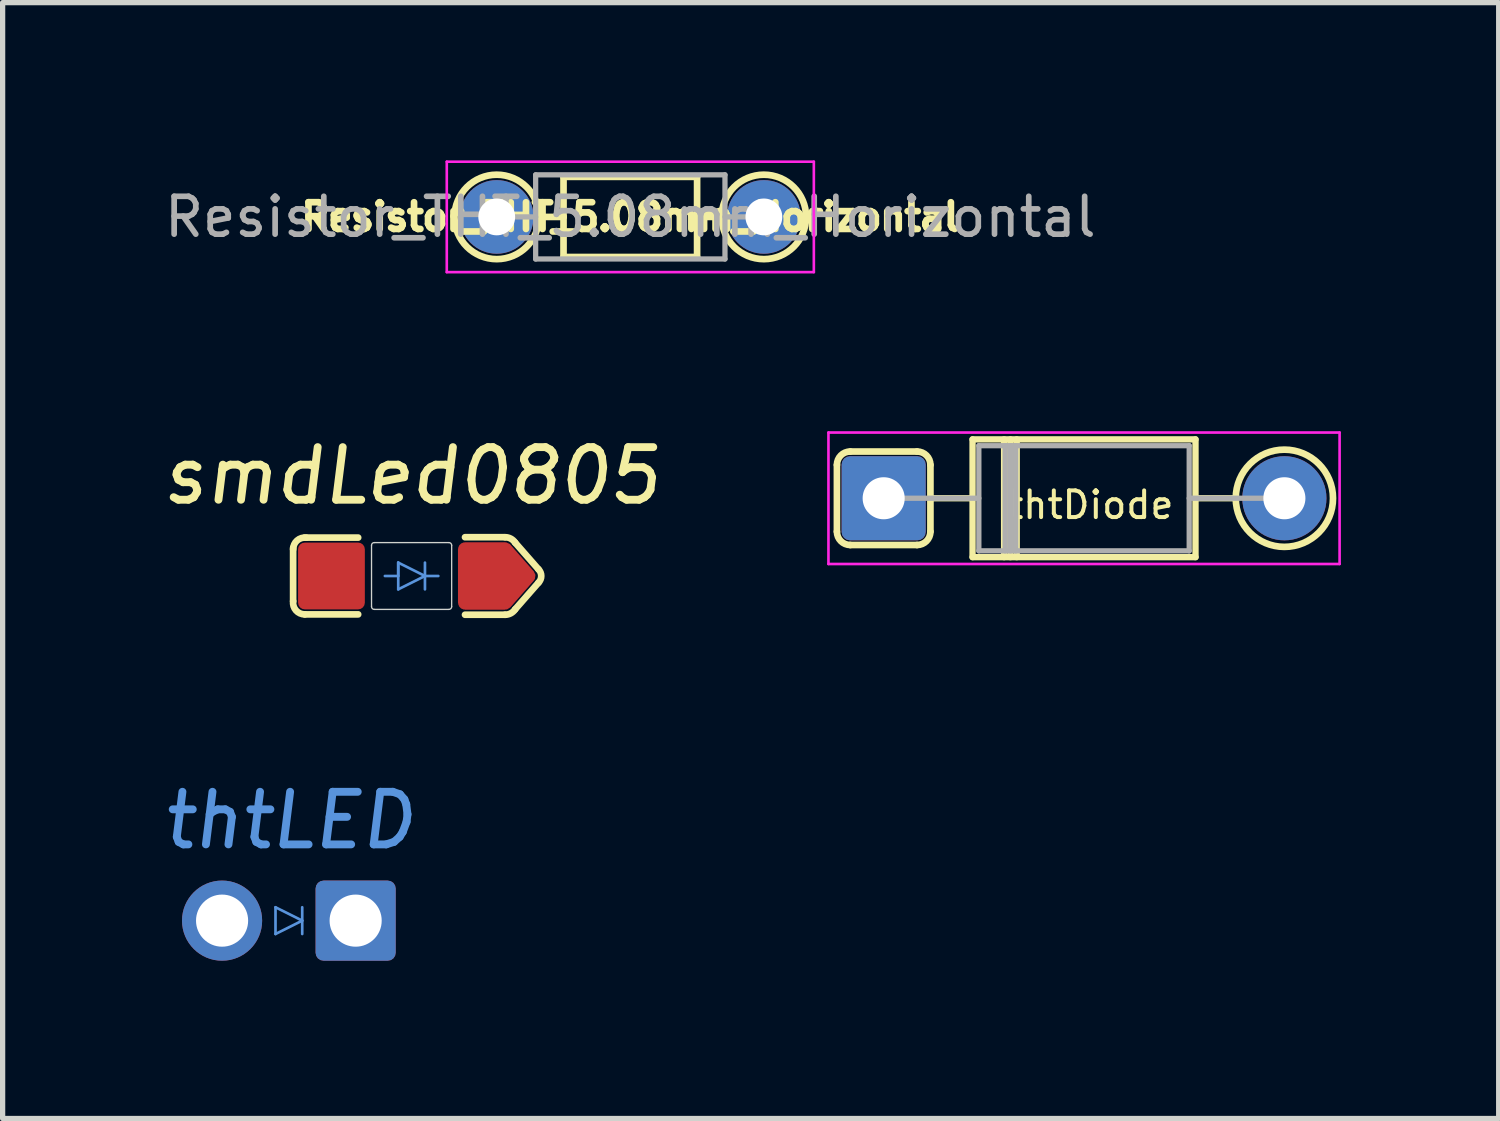
<source format=kicad_pcb>
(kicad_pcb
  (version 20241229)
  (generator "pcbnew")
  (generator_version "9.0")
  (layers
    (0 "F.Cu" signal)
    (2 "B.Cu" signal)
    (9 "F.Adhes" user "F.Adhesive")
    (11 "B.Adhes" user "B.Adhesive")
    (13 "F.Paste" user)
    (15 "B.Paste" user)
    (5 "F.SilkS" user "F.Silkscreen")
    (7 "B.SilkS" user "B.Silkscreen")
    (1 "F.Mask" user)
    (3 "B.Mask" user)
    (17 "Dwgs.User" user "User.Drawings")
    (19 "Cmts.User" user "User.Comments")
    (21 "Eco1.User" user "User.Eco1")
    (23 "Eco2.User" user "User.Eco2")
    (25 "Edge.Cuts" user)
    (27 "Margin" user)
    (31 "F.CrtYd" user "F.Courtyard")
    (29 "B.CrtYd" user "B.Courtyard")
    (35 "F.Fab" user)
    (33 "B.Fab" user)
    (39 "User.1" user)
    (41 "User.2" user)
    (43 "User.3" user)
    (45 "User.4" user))
  (footprint "thtDiode"
    (layer "F.Cu")
    (at 17.564 6.425)
    (property "Reference" "thtDiode" (at 0.127 0.127 0) (layer "F.SilkS") (effects (font (size 0.508 0.508) (thickness 0.076))))
    (attr through_hole)
    (fp_line (start -4.699 0.635) (end -4.699 -0.635) (stroke (width 0.127) (type solid)) (layer "F.SilkS"))
    (fp_line (start -4.445 -0.889) (end -3.175 -0.889) (stroke (width 0.127) (type solid)) (layer "F.SilkS"))
    (fp_line (start -3.175 0.889) (end -4.445 0.889) (stroke (width 0.127) (type solid)) (layer "F.SilkS"))
    (fp_line (start -2.921 -0.635) (end -2.921 0.635) (stroke (width 0.127) (type solid)) (layer "F.SilkS"))
    (fp_line (start -2.921 0) (end -2.12 0) (stroke (width 0.12) (type solid)) (layer "F.SilkS"))
    (fp_line (start -2.12 -1.12) (end -2.12 1.12) (stroke (width 0.12) (type solid)) (layer "F.SilkS"))
    (fp_line (start -2.12 1.12) (end 2.12 1.12) (stroke (width 0.12) (type solid)) (layer "F.SilkS"))
    (fp_line (start -1.52 -1.12) (end -1.52 1.12) (stroke (width 0.12) (type solid)) (layer "F.SilkS"))
    (fp_line (start -1.4 -1.12) (end -1.4 1.12) (stroke (width 0.12) (type solid)) (layer "F.SilkS"))
    (fp_line (start -1.28 -1.12) (end -1.28 1.12) (stroke (width 0.12) (type solid)) (layer "F.SilkS"))
    (fp_line (start 2.12 -1.12) (end -2.12 -1.12) (stroke (width 0.12) (type solid)) (layer "F.SilkS"))
    (fp_line (start 2.12 1.12) (end 2.12 -1.12) (stroke (width 0.12) (type solid)) (layer "F.SilkS"))
    (fp_line (start 2.87 0) (end 2.159 0) (stroke (width 0.12) (type solid)) (layer "F.SilkS"))
    (fp_arc (start -4.699 -0.635) (mid -4.624605 -0.814605) (end -4.445 -0.889) (stroke (width 0.127) (type solid)) (layer "F.SilkS"))
    (fp_arc (start -4.445 0.889) (mid -4.624605 0.814605) (end -4.699 0.635) (stroke (width 0.127) (type solid)) (layer "F.SilkS"))
    (fp_arc (start -3.175 -0.889) (mid -2.995395 -0.814605) (end -2.921 -0.635) (stroke (width 0.127) (type solid)) (layer "F.SilkS"))
    (fp_arc (start -2.921 0.635) (mid -2.995395 0.814605) (end -3.175 0.889) (stroke (width 0.127) (type solid)) (layer "F.SilkS"))
    (fp_circle (center 3.81 0) (end 4.699 0.254) (stroke (width 0.127) (type solid)) (fill no) (layer "F.SilkS"))
    (fp_line (start -4.86 -1.25) (end -4.86 1.25) (stroke (width 0.05) (type solid)) (layer "F.CrtYd"))
    (fp_line (start -4.86 1.25) (end 4.86 1.25) (stroke (width 0.05) (type solid)) (layer "F.CrtYd"))
    (fp_line (start 4.86 -1.25) (end -4.86 -1.25) (stroke (width 0.05) (type solid)) (layer "F.CrtYd"))
    (fp_line (start 4.86 1.25) (end 4.86 -1.25) (stroke (width 0.05) (type solid)) (layer "F.CrtYd"))
    (fp_line (start -3.81 0) (end -2 0) (stroke (width 0.1) (type solid)) (layer "F.Fab"))
    (fp_line (start -2 -1) (end -2 1) (stroke (width 0.1) (type solid)) (layer "F.Fab"))
    (fp_line (start -2 1) (end 2 1) (stroke (width 0.1) (type solid)) (layer "F.Fab"))
    (fp_line (start -1.5 -1) (end -1.5 1) (stroke (width 0.1) (type solid)) (layer "F.Fab"))
    (fp_line (start -1.4 -1) (end -1.4 1) (stroke (width 0.1) (type solid)) (layer "F.Fab"))
    (fp_line (start -1.3 -1) (end -1.3 1) (stroke (width 0.1) (type solid)) (layer "F.Fab"))
    (fp_line (start 2 -1) (end -2 -1) (stroke (width 0.1) (type solid)) (layer "F.Fab"))
    (fp_line (start 2 1) (end 2 -1) (stroke (width 0.1) (type solid)) (layer "F.Fab"))
    (fp_line (start 3.81 0) (end 2 0) (stroke (width 0.1) (type solid)) (layer "F.Fab"))
    (pad "1" thru_hole roundrect (at -3.81 0) (size 1.6 1.6) (drill 0.8) (layers "*.Cu" "*.Mask") (roundrect_rratio 0.1))
    (pad "2" thru_hole oval (at 3.81 0) (size 1.6 1.6) (drill 0.8) (layers "*.Cu" "*.Mask")))
  (footprint "Resistor_THT_5.08mm_Horizontal"
    (layer "F.Cu")
    (at 8.936 1.075)
    (property "Reference" "Resistor_THT_5.08mm_Horizontal" (at 0 0 0) (layer "F.SilkS") (effects (font (size 0.508 0.508) (thickness 0.127))))
    (attr through_hole)
    (fp_line (start -1.676 0) (end -1.27 0) (stroke (width 0.127) (type solid)) (layer "F.SilkS"))
    (fp_line (start -1.27 0) (end -1.27 -0.762) (stroke (width 0.127) (type solid)) (layer "F.SilkS"))
    (fp_line (start -1.27 0) (end -1.27 0.762) (stroke (width 0.127) (type solid)) (layer "F.SilkS"))
    (fp_line (start -1.27 0.762) (end 1.27 0.762) (stroke (width 0.127) (type solid)) (layer "F.SilkS"))
    (fp_line (start 1.27 -0.762) (end -1.27 -0.762) (stroke (width 0.127) (type solid)) (layer "F.SilkS"))
    (fp_line (start 1.27 0) (end 1.27 -0.762) (stroke (width 0.127) (type solid)) (layer "F.SilkS"))
    (fp_line (start 1.27 0.762) (end 1.27 0) (stroke (width 0.127) (type solid)) (layer "F.SilkS"))
    (fp_line (start 1.676 0) (end 1.27 0) (stroke (width 0.127) (type solid)) (layer "F.SilkS"))
    (fp_circle (center -2.54 0) (end -1.737 0) (stroke (width 0.127) (type solid)) (fill no) (layer "F.SilkS"))
    (fp_circle (center 2.54 0) (end 3.343 0) (stroke (width 0.127) (type solid)) (fill no) (layer "F.SilkS"))
    (fp_line (start -3.49 -1.05) (end -3.49 1.05) (stroke (width 0.05) (type solid)) (layer "F.CrtYd"))
    (fp_line (start -3.49 1.05) (end 3.49 1.05) (stroke (width 0.05) (type solid)) (layer "F.CrtYd"))
    (fp_line (start 3.49 -1.05) (end -3.49 -1.05) (stroke (width 0.05) (type solid)) (layer "F.CrtYd"))
    (fp_line (start 3.49 1.05) (end 3.49 -1.05) (stroke (width 0.05) (type solid)) (layer "F.CrtYd"))
    (fp_line (start -2.54 0) (end -1.8 0) (stroke (width 0.1) (type solid)) (layer "F.Fab"))
    (fp_line (start -1.8 -0.8) (end -1.8 0.8) (stroke (width 0.1) (type solid)) (layer "F.Fab"))
    (fp_line (start -1.8 0.8) (end 1.8 0.8) (stroke (width 0.1) (type solid)) (layer "F.Fab"))
    (fp_line (start 1.8 -0.8) (end -1.8 -0.8) (stroke (width 0.1) (type solid)) (layer "F.Fab"))
    (fp_line (start 1.8 0.8) (end 1.8 -0.8) (stroke (width 0.1) (type solid)) (layer "F.Fab"))
    (fp_line (start 2.54 0) (end 1.8 0) (stroke (width 0.1) (type solid)) (layer "F.Fab"))
    (fp_text user "${REFERENCE}" (at 0 0 0) (layer "F.Fab") (effects (font (size 0.72 0.72) (thickness 0.108))))
    (pad "1" thru_hole circle (at -2.54 0) (size 1.4 1.4) (drill 0.7) (layers "*.Cu" "*.Mask"))
    (pad "2" thru_hole oval (at 2.54 0) (size 1.4 1.4) (drill 0.7) (layers "*.Cu" "*.Mask")))
  (footprint "thtLED"
    (layer "F.Cu")
    (at 2.443 14.457)
    (property "Reference" "thtLED" (at 0 -1.905 0) (layer "Cmts.User") (effects (font (size 1 1) (thickness 0.15) (italic yes))))
    (attr through_hole)
    (fp_line (start -0.254 -0.254) (end -0.254 0.254) (stroke (width 0.051) (type solid)) (layer "Cmts.User"))
    (fp_line (start -0.254 0.254) (end 0.254 0) (stroke (width 0.051) (type solid)) (layer "Cmts.User"))
    (fp_line (start 0.254 -0.254) (end 0.254 0.254) (stroke (width 0.051) (type solid)) (layer "Cmts.User"))
    (fp_line (start 0.254 0) (end -0.254 -0.254) (stroke (width 0.051) (type solid)) (layer "Cmts.User"))
    (pad "A" thru_hole circle (at -1.27 0) (size 1.524 1.524) (drill 0.991) (layers "*.Cu" "*.Mask"))
    (pad "K" thru_hole roundrect (at 1.27 0) (size 1.524 1.524) (drill 0.991) (layers "*.Cu" "*.Mask") (roundrect_rratio 0.1)))
  (footprint "smdLed0805"
    (layer "F.Cu")
    (at 4.777 7.903)
    (property "Reference" "smdLed0805" (at 0 -1.905 0) (layer "F.SilkS") (effects (font (size 1 1) (thickness 0.15) (italic yes))))
    (attr through_hole)
    (fp_line (start -2.253 -0.535) (end -2.253 0.481) (stroke (width 0.127) (type solid)) (layer "F.SilkS"))
    (fp_line (start -1.016 -0.73) (end -2.032 -0.73) (stroke (width 0.127) (type solid)) (layer "F.SilkS"))
    (fp_line (start -1.016 0.73) (end -2.032 0.73) (stroke (width 0.127) (type solid)) (layer "F.SilkS"))
    (fp_line (start 1.016 -0.737) (end 1.778 -0.737) (stroke (width 0.127) (type solid)) (layer "F.SilkS"))
    (fp_line (start 1.016 0.737) (end 1.778 0.737) (stroke (width 0.127) (type solid)) (layer "F.SilkS"))
    (fp_line (start 2.413 0.127) (end 1.968 0.635) (stroke (width 0.127) (type solid)) (layer "F.SilkS"))
    (fp_line (start 2.413 -0.127) (end 1.968 -0.635) (stroke (width 0.127) (type solid)) (layer "F.SilkS"))
    (fp_arc (start -2.252546 -0.508) (mid -2.177418 -0.674584) (end -2.002826 -0.728546) (stroke (width 0.127) (type solid)) (layer "F.SilkS"))
    (fp_arc (start -2.032 0.73025) (mid -2.198584 0.655122) (end -2.252546 0.48053) (stroke (width 0.127) (type solid)) (layer "F.SilkS"))
    (fp_arc (start 1.778 -0.736951) (mid 1.886032 -0.70986) (end 1.968499 -0.634999) (stroke (width 0.127) (type solid)) (layer "F.SilkS"))
    (fp_arc (start 1.9685 0.635) (mid 1.886034 0.709861) (end 1.778001 0.736952) (stroke (width 0.127) (type solid)) (layer "F.SilkS"))
    (fp_arc (start 2.412999 -0.126999) (mid 2.465604 0) (end 2.412999 0.126999) (stroke (width 0.127) (type solid)) (layer "F.SilkS"))
    (fp_line (start -0.508 0) (end -0.254 0) (stroke (width 0.051) (type solid)) (layer "Cmts.User"))
    (fp_line (start -0.254 -0.254) (end -0.254 0.254) (stroke (width 0.051) (type solid)) (layer "Cmts.User"))
    (fp_line (start -0.254 0) (end -0.254 -0.254) (stroke (width 0.051) (type solid)) (layer "Cmts.User"))
    (fp_line (start -0.254 0.254) (end 0.254 0) (stroke (width 0.051) (type solid)) (layer "Cmts.User"))
    (fp_line (start 0.254 -0.254) (end 0.254 0.254) (stroke (width 0.051) (type solid)) (layer "Cmts.User"))
    (fp_line (start 0.254 0) (end -0.254 -0.254) (stroke (width 0.051) (type solid)) (layer "Cmts.User"))
    (fp_line (start 0.254 0) (end 0.508 0) (stroke (width 0.051) (type solid)) (layer "Cmts.User"))
    (fp_line (start -0.762 0.584) (end -0.762 -0.584) (stroke (width 0.025) (type solid)) (layer "Edge.Cuts"))
    (fp_line (start 0.711 -0.635) (end -0.711 -0.635) (stroke (width 0.025) (type solid)) (layer "Edge.Cuts"))
    (fp_line (start 0.711 0.635) (end -0.711 0.635) (stroke (width 0.025) (type solid)) (layer "Edge.Cuts"))
    (fp_line (start 0.762 -0.584) (end 0.762 0.584) (stroke (width 0.025) (type solid)) (layer "Edge.Cuts"))
    (fp_arc (start -0.762 -0.5842) (mid -0.747121 -0.620121) (end -0.7112 -0.635) (stroke (width 0.0254) (type solid)) (layer "Edge.Cuts"))
    (fp_arc (start -0.7112 0.635) (mid -0.747121 0.620121) (end -0.762 0.5842) (stroke (width 0.0254) (type solid)) (layer "Edge.Cuts"))
    (fp_arc (start 0.7112 -0.635) (mid 0.747121 -0.620121) (end 0.762 -0.5842) (stroke (width 0.0254) (type solid)) (layer "Edge.Cuts"))
    (fp_arc (start 0.762 0.5842) (mid 0.747121 0.620121) (end 0.7112 0.635) (stroke (width 0.0254) (type solid)) (layer "Edge.Cuts"))
    (pad "A" smd roundrect (at -1.524 0) (size 1.27 1.27) (layers "F.Cu" "F.Mask" "F.Paste") (roundrect_rratio 0.1))
    (pad "K" smd custom (at 1.524 0) (size 1.27 1.27) (layers "F.Cu" "F.Mask" "F.Paste") (options (anchor circle)) (primitives (gr_circle (center -0.508 -0.508) (end -0.445 -0.508) (width 0.14) (fill no)) (gr_poly (pts (xy 0.254 -0.508) (xy 0.699 0) (xy 0.254 0.508)) (width 0.267) (fill yes)) (gr_poly (pts (xy -0.508 -0.635) (xy -0.508 -0.445) (xy 0.254 -0.445) (xy 0.254 -0.635)) (width 0.013) (fill yes)) (gr_poly (pts (xy -0.572 0.508) (xy 0.191 0.508) (xy 0.191 -0.508) (xy -0.572 -0.508)) (width 0.14) (fill yes)) (gr_circle (center -0.508 0.508) (end -0.445 0.508) (width 0.14) (fill no)) (gr_poly (pts (xy -0.508 0.445) (xy -0.508 0.635) (xy 0.254 0.635) (xy 0.254 0.445)) (width 0.013) (fill yes)))))
  (gr_rect
    (start -3 -3)
    (end 25.449 18.219)
    (stroke (width 0.1) (type default))
    (fill no)
    (layer "Edge.Cuts")))
</source>
